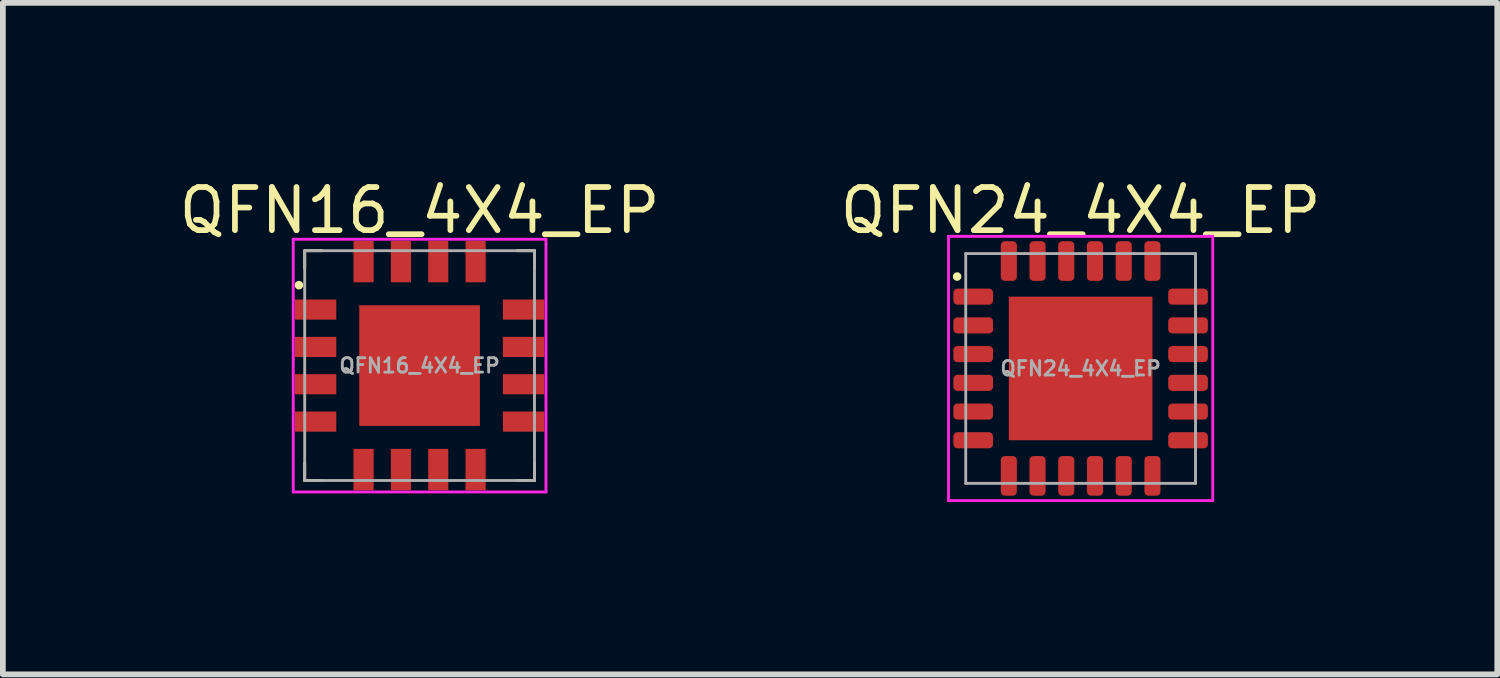
<source format=kicad_pcb>
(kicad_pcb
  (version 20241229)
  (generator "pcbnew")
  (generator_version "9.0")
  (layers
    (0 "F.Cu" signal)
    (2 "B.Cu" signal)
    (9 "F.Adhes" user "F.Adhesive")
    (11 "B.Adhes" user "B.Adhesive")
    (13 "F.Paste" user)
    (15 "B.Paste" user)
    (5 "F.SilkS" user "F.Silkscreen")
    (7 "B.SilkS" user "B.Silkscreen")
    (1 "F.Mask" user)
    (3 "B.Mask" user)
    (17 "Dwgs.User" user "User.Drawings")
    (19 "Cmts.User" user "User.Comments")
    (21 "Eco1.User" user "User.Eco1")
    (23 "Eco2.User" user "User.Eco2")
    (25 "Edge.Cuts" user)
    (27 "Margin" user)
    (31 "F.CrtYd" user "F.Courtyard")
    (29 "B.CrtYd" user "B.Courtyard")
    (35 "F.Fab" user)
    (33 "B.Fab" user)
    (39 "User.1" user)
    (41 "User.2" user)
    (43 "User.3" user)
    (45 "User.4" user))
  (footprint "QFN24_4X4_EP"
    (layer "F.Cu")
    (at 15.761 3.364)
    (property "Reference" "QFN24_4X4_EP" (at 0 -2.75 0) (unlocked yes) (layer "F.SilkS") (effects (font (size 0.75 0.75) (thickness 0.1))))
    (attr smd)
    (fp_circle (center -2.15 -1.6) (end -2.15 -1.6) (stroke (width 0.05) (type solid)) (fill no) (layer "F.SilkS"))
    (fp_circle (center -2.15 -1.6) (end -2.1 -1.6) (stroke (width 0.05) (type solid)) (fill no) (layer "F.SilkS"))
    (fp_poly (pts (xy -0.1 -0.1) (xy -1.05 -0.1) (xy -1.05 -1.05) (xy -0.1 -1.05)) (stroke (width 0) (type solid)) (fill yes) (layer "F.Paste"))
    (fp_poly (pts (xy -0.1 1.05) (xy -1.05 1.05) (xy -1.05 0.1) (xy -0.1 0.1)) (stroke (width 0) (type solid)) (fill yes) (layer "F.Paste"))
    (fp_poly (pts (xy 1.05 -0.1) (xy 0.1 -0.1) (xy 0.1 -1.05) (xy 1.05 -1.05)) (stroke (width 0) (type solid)) (fill yes) (layer "F.Paste"))
    (fp_poly (pts (xy 1.05 1.05) (xy 0.1 1.05) (xy 0.1 0.1) (xy 1.05 0.1)) (stroke (width 0) (type solid)) (fill yes) (layer "F.Paste"))
    (fp_line (start -2.3 -2.3) (end 2.3 -2.3) (stroke (width 0.05) (type solid)) (layer "F.CrtYd"))
    (fp_line (start -2.3 2.3) (end -2.3 -2.3) (stroke (width 0.05) (type solid)) (layer "F.CrtYd"))
    (fp_line (start 2.3 -2.3) (end 2.3 2.3) (stroke (width 0.05) (type solid)) (layer "F.CrtYd"))
    (fp_line (start 2.3 2.3) (end -2.3 2.3) (stroke (width 0.05) (type solid)) (layer "F.CrtYd"))
    (fp_line (start -2 -2) (end -2 2) (stroke (width 0.05) (type solid)) (layer "F.Fab"))
    (fp_line (start -2 -2) (end 2 -2) (stroke (width 0.05) (type solid)) (layer "F.Fab"))
    (fp_line (start -2 2) (end 2 2) (stroke (width 0.05) (type solid)) (layer "F.Fab"))
    (fp_line (start 2 -2) (end 2 2) (stroke (width 0.05) (type solid)) (layer "F.Fab"))
    (fp_text user "${REFERENCE}" (at 0 0 0) (unlocked yes) (layer "F.Fab") (effects (font (size 0.25 0.25) (thickness 0.05))))
    (pad "1" smd roundrect (at -1.87 -1.25) (size 0.69 0.28) (layers "F.Cu" "F.Mask" "F.Paste") (roundrect_rratio 0.25))
    (pad "2" smd roundrect (at -1.87 -0.75) (size 0.69 0.28) (layers "F.Cu" "F.Mask" "F.Paste") (roundrect_rratio 0.25))
    (pad "3" smd roundrect (at -1.87 -0.25) (size 0.69 0.28) (layers "F.Cu" "F.Mask" "F.Paste") (roundrect_rratio 0.25))
    (pad "4" smd roundrect (at -1.87 0.25) (size 0.69 0.28) (layers "F.Cu" "F.Mask" "F.Paste") (roundrect_rratio 0.25))
    (pad "5" smd roundrect (at -1.87 0.75) (size 0.69 0.28) (layers "F.Cu" "F.Mask" "F.Paste") (roundrect_rratio 0.25))
    (pad "6" smd roundrect (at -1.87 1.25) (size 0.69 0.28) (layers "F.Cu" "F.Mask" "F.Paste") (roundrect_rratio 0.25))
    (pad "7" smd roundrect (at -1.25 1.87 90) (size 0.69 0.28) (layers "F.Cu" "F.Mask" "F.Paste") (roundrect_rratio 0.25))
    (pad "8" smd roundrect (at -0.75 1.87 90) (size 0.69 0.28) (layers "F.Cu" "F.Mask" "F.Paste") (roundrect_rratio 0.25))
    (pad "9" smd roundrect (at -0.25 1.87 90) (size 0.69 0.28) (layers "F.Cu" "F.Mask" "F.Paste") (roundrect_rratio 0.25))
    (pad "10" smd roundrect (at 0.25 1.87 90) (size 0.69 0.28) (layers "F.Cu" "F.Mask" "F.Paste") (roundrect_rratio 0.25))
    (pad "11" smd roundrect (at 0.75 1.87 90) (size 0.69 0.28) (layers "F.Cu" "F.Mask" "F.Paste") (roundrect_rratio 0.25))
    (pad "12" smd roundrect (at 1.25 1.87 90) (size 0.69 0.28) (layers "F.Cu" "F.Mask" "F.Paste") (roundrect_rratio 0.25))
    (pad "13" smd roundrect (at 1.87 1.25) (size 0.69 0.28) (layers "F.Cu" "F.Mask" "F.Paste") (roundrect_rratio 0.25))
    (pad "14" smd roundrect (at 1.87 0.75) (size 0.69 0.28) (layers "F.Cu" "F.Mask" "F.Paste") (roundrect_rratio 0.25))
    (pad "15" smd roundrect (at 1.87 0.25) (size 0.69 0.28) (layers "F.Cu" "F.Mask" "F.Paste") (roundrect_rratio 0.25))
    (pad "16" smd roundrect (at 1.87 -0.25) (size 0.69 0.28) (layers "F.Cu" "F.Mask" "F.Paste") (roundrect_rratio 0.25))
    (pad "17" smd roundrect (at 1.87 -0.75) (size 0.69 0.28) (layers "F.Cu" "F.Mask" "F.Paste") (roundrect_rratio 0.25))
    (pad "18" smd roundrect (at 1.87 -1.25) (size 0.69 0.28) (layers "F.Cu" "F.Mask" "F.Paste") (roundrect_rratio 0.25))
    (pad "19" smd roundrect (at 1.25 -1.87 90) (size 0.69 0.28) (layers "F.Cu" "F.Mask" "F.Paste") (roundrect_rratio 0.25))
    (pad "20" smd roundrect (at 0.75 -1.87 90) (size 0.69 0.28) (layers "F.Cu" "F.Mask" "F.Paste") (roundrect_rratio 0.25))
    (pad "21" smd roundrect (at 0.25 -1.87 90) (size 0.69 0.28) (layers "F.Cu" "F.Mask" "F.Paste") (roundrect_rratio 0.25))
    (pad "22" smd roundrect (at -0.25 -1.87 90) (size 0.69 0.28) (layers "F.Cu" "F.Mask" "F.Paste") (roundrect_rratio 0.25))
    (pad "23" smd roundrect (at -0.75 -1.87 90) (size 0.69 0.28) (layers "F.Cu" "F.Mask" "F.Paste") (roundrect_rratio 0.25))
    (pad "24" smd roundrect (at -1.25 -1.87 90) (size 0.69 0.28) (layers "F.Cu" "F.Mask" "F.Paste") (roundrect_rratio 0.25))
    (pad "25" smd rect (at 0 0 90) (size 2.5 2.5) (layers "F.Cu" "F.Mask")))
  (footprint "QFN16_4X4_EP"
    (layer "F.Cu")
    (at 4.254 3.314)
    (property "Reference" "QFN16_4X4_EP" (at 0 -2.7 0) (unlocked yes) (layer "F.SilkS") (effects (font (size 0.75 0.75) (thickness 0.1))))
    (attr smd)
    (fp_line (start -2 -2) (end -2 -1.7) (stroke (width 0.05) (type solid)) (layer "F.SilkS"))
    (fp_line (start -2 -2) (end -1.7 -2) (stroke (width 0.05) (type solid)) (layer "F.SilkS"))
    (fp_line (start -2 2) (end -2 1.7) (stroke (width 0.05) (type solid)) (layer "F.SilkS"))
    (fp_line (start -2 2) (end -1.7 2) (stroke (width 0.05) (type solid)) (layer "F.SilkS"))
    (fp_line (start 2 -2) (end 1.7 -2) (stroke (width 0.05) (type solid)) (layer "F.SilkS"))
    (fp_line (start 2 -2) (end 2 -1.7) (stroke (width 0.05) (type solid)) (layer "F.SilkS"))
    (fp_line (start 2 2) (end 1.7 2) (stroke (width 0.05) (type solid)) (layer "F.SilkS"))
    (fp_line (start 2 2) (end 2 1.7) (stroke (width 0.05) (type solid)) (layer "F.SilkS"))
    (fp_circle (center -2.1 -1.4) (end -2.1 -1.4) (stroke (width 0.05) (type solid)) (fill no) (layer "F.SilkS"))
    (fp_circle (center -2.1 -1.4) (end -2.05 -1.4) (stroke (width 0.05) (type solid)) (fill no) (layer "F.SilkS"))
    (fp_line (start -2.2 -2.2) (end 2.2 -2.2) (stroke (width 0.05) (type solid)) (layer "F.CrtYd"))
    (fp_line (start -2.2 2.2) (end -2.2 -2.2) (stroke (width 0.05) (type solid)) (layer "F.CrtYd"))
    (fp_line (start 2.2 -2.2) (end 2.2 2.2) (stroke (width 0.05) (type solid)) (layer "F.CrtYd"))
    (fp_line (start 2.2 2.2) (end -2.2 2.2) (stroke (width 0.05) (type solid)) (layer "F.CrtYd"))
    (fp_line (start -2 -2) (end 2 -2) (stroke (width 0.05) (type solid)) (layer "F.Fab"))
    (fp_line (start -2 2) (end -2 -2) (stroke (width 0.05) (type solid)) (layer "F.Fab"))
    (fp_line (start -2 2) (end 2 2) (stroke (width 0.05) (type solid)) (layer "F.Fab"))
    (fp_line (start 2 2) (end 2 -2) (stroke (width 0.05) (type solid)) (layer "F.Fab"))
    (fp_text user "${REFERENCE}" (at 0 0 0) (unlocked yes) (layer "F.Fab") (effects (font (size 0.25 0.25) (thickness 0.05))))
    (pad "1" smd rect (at -1.81 -0.975) (size 0.72 0.35) (layers "F.Cu" "F.Mask" "F.Paste"))
    (pad "2" smd rect (at -1.81 -0.325) (size 0.72 0.35) (layers "F.Cu" "F.Mask" "F.Paste"))
    (pad "3" smd rect (at -1.81 0.325) (size 0.72 0.35) (layers "F.Cu" "F.Mask" "F.Paste"))
    (pad "4" smd rect (at -1.81 0.975) (size 0.72 0.35) (layers "F.Cu" "F.Mask" "F.Paste"))
    (pad "5" smd rect (at -0.975 1.81 90) (size 0.72 0.35) (layers "F.Cu" "F.Mask" "F.Paste"))
    (pad "6" smd rect (at -0.325 1.81 90) (size 0.72 0.35) (layers "F.Cu" "F.Mask" "F.Paste"))
    (pad "7" smd rect (at 0.325 1.81 90) (size 0.72 0.35) (layers "F.Cu" "F.Mask" "F.Paste"))
    (pad "8" smd rect (at 0.975 1.81 90) (size 0.72 0.35) (layers "F.Cu" "F.Mask" "F.Paste"))
    (pad "9" smd rect (at 1.81 0.975 180) (size 0.72 0.35) (layers "F.Cu" "F.Mask" "F.Paste"))
    (pad "10" smd rect (at 1.81 0.325 180) (size 0.72 0.35) (layers "F.Cu" "F.Mask" "F.Paste"))
    (pad "11" smd rect (at 1.81 -0.325 180) (size 0.72 0.35) (layers "F.Cu" "F.Mask" "F.Paste"))
    (pad "12" smd rect (at 1.81 -0.975 180) (size 0.72 0.35) (layers "F.Cu" "F.Mask" "F.Paste"))
    (pad "13" smd rect (at 0.975 -1.81 270) (size 0.72 0.35) (layers "F.Cu" "F.Mask" "F.Paste"))
    (pad "14" smd rect (at 0.325 -1.81 270) (size 0.72 0.35) (layers "F.Cu" "F.Mask" "F.Paste"))
    (pad "15" smd rect (at -0.325 -1.81 270) (size 0.72 0.35) (layers "F.Cu" "F.Mask" "F.Paste"))
    (pad "16" smd rect (at -0.975 -1.81 270) (size 0.72 0.35) (layers "F.Cu" "F.Mask" "F.Paste"))
    (pad "17" smd rect (at 0 0 270) (size 2.1 2.1) (layers "F.Cu" "F.Mask" "F.Paste")))
  (gr_rect
    (start -3 -3)
    (end 23.014 8.689)
    (stroke (width 0.1) (type default))
    (fill no)
    (layer "Edge.Cuts")))
</source>
